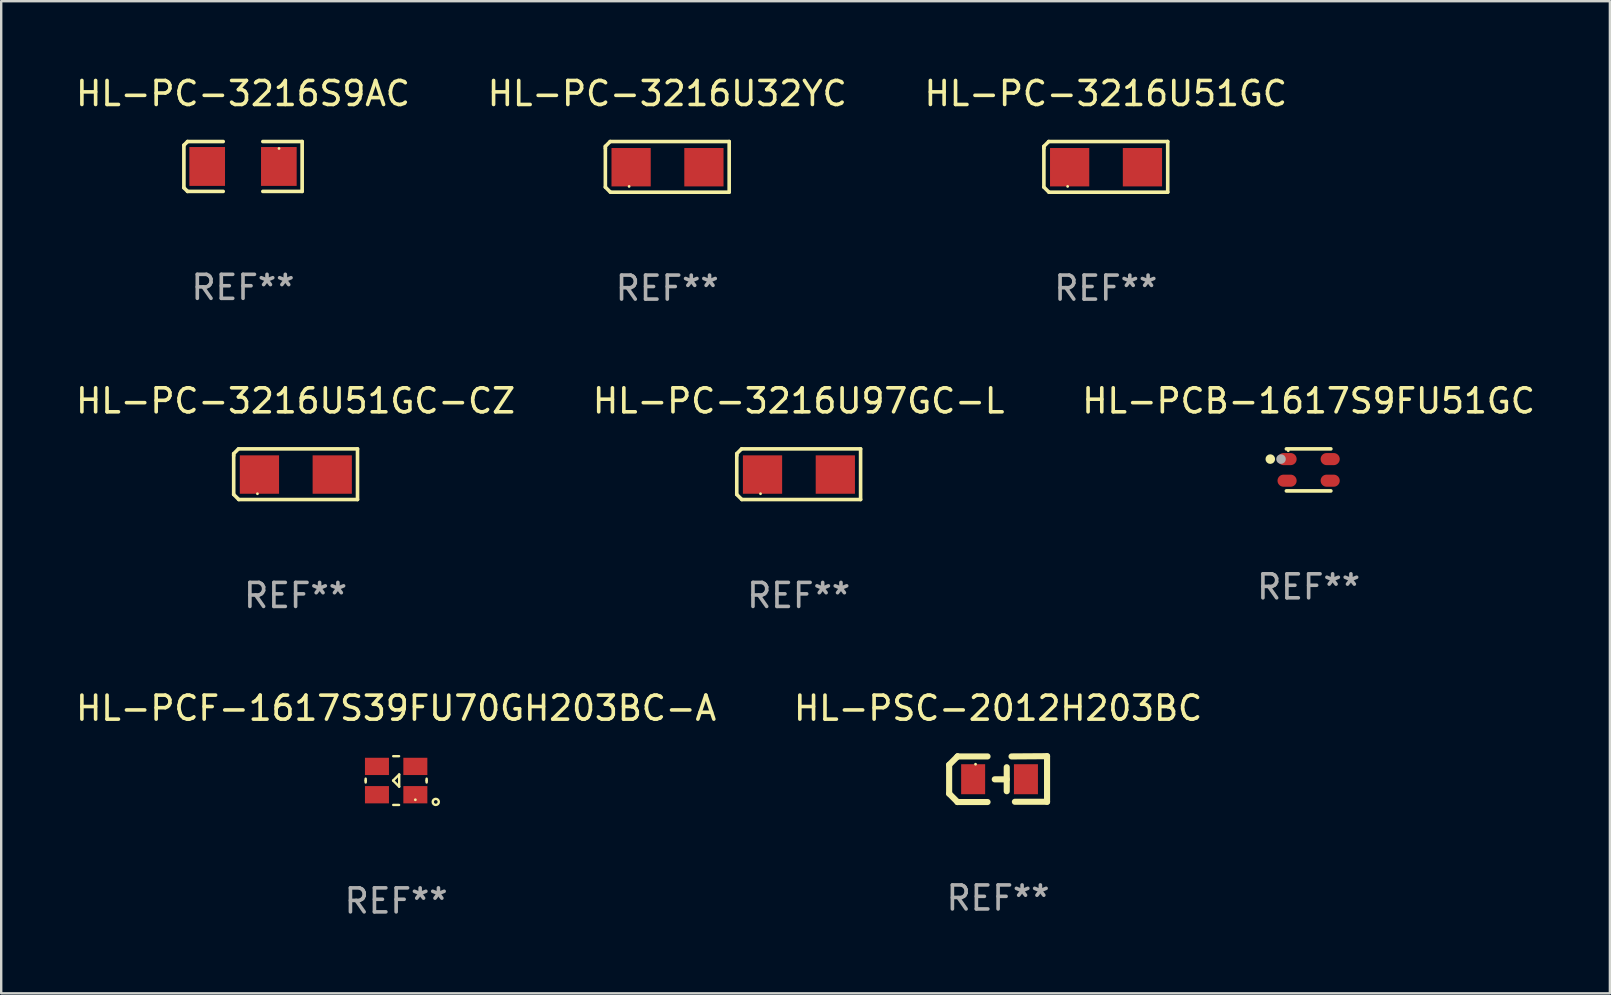
<source format=kicad_pcb>
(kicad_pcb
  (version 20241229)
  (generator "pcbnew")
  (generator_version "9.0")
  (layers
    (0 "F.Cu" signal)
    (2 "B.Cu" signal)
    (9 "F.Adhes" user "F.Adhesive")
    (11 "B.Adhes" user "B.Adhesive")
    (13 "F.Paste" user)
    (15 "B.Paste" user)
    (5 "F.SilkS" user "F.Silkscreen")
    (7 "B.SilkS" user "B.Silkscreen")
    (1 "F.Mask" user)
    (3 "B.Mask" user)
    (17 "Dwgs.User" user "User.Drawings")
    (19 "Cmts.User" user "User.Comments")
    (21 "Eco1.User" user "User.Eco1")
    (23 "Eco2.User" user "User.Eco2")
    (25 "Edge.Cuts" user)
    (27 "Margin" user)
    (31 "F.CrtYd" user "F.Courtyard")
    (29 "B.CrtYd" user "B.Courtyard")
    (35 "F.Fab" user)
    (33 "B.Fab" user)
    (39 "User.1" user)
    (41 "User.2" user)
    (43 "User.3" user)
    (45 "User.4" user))
  (footprint "HL-PC-3216U51GC-CZ"
    (layer "F.Cu")
    (at 9.268 16.71)
    (property "Reference" "HL-PC-3216U51GC-CZ" (at 0 -3.055 0) (layer "F.SilkS") (effects (font (size 1 1) (thickness 0.15))))
    (attr through_hole)
    (fp_line (start -2.58 -0.855) (end -2.38 -1.055) (stroke (width 0.15) (type solid)) (layer "F.SilkS"))
    (fp_line (start -2.58 -0.775) (end -2.58 -0.855) (stroke (width 0.15) (type solid)) (layer "F.SilkS"))
    (fp_line (start -2.58 -0.775) (end -2.58 0.845) (stroke (width 0.15) (type solid)) (layer "F.SilkS"))
    (fp_line (start -2.58 0.845) (end -2.37 1.055) (stroke (width 0.15) (type solid)) (layer "F.SilkS"))
    (fp_line (start -2.38 -1.055) (end 2.58 -1.055) (stroke (width 0.15) (type solid)) (layer "F.SilkS"))
    (fp_line (start 2.58 -1.055) (end 2.58 1.055) (stroke (width 0.15) (type solid)) (layer "F.SilkS"))
    (fp_line (start 2.58 1.055) (end -2.37 1.055) (stroke (width 0.15) (type solid)) (layer "F.SilkS"))
    (fp_circle (center -1.59 0.815) (end -1.56 0.815) (stroke (width 0.06) (type solid)) (fill no) (layer "F.SilkS"))
    (fp_text user "REF**" (at 0 5.055 0) (layer "F.Fab") (effects (font (size 1 1) (thickness 0.15))))
    (pad "1" smd rect (at -1.507 0.015) (size 1.635 1.6) (layers "F.Cu" "F.Mask" "F.Paste"))
    (pad "2" smd rect (at 1.527 0.015) (size 1.635 1.6) (layers "F.Cu" "F.Mask" "F.Paste")))
  (footprint "HL-PCB-1617S9FU51GC"
    (layer "F.Cu")
    (at 51.482 16.531)
    (property "Reference" "HL-PCB-1617S9FU51GC" (at 0 -2.876 0) (layer "F.SilkS") (effects (font (size 1 1) (thickness 0.15))))
    (attr through_hole)
    (fp_line (start -0.926 -0.876) (end 0.926 -0.876) (stroke (width 0.152) (type solid)) (layer "F.SilkS"))
    (fp_line (start -0.926 0.876) (end 0.926 0.876) (stroke (width 0.152) (type solid)) (layer "F.SilkS"))
    (fp_circle (center -1.597 -0.45) (end -1.497 -0.45) (stroke (width 0.2) (type solid)) (fill no) (layer "F.SilkS"))
    (fp_circle (center -0.85 -0.8) (end -0.82 -0.8) (stroke (width 0.06) (type solid)) (fill no) (layer "F.SilkS"))
    (fp_circle (center -1.15 -0.45) (end -1.05 -0.45) (stroke (width 0.2) (type solid)) (fill no) (layer "F.Fab"))
    (fp_text user "REF**" (at 0 4.876 0) (layer "F.Fab") (effects (font (size 1 1) (thickness 0.15))))
    (pad "1" smd oval (at -0.898 -0.45 270) (size 0.504 0.797) (layers "F.Cu" "F.Mask" "F.Paste"))
    (pad "2" smd oval (at 0.898 -0.45 270) (size 0.504 0.797) (layers "F.Cu" "F.Mask" "F.Paste"))
    (pad "3" smd oval (at 0.898 0.45 270) (size 0.504 0.797) (layers "F.Cu" "F.Mask" "F.Paste"))
    (pad "4" smd oval (at -0.898 0.45 270) (size 0.504 0.797) (layers "F.Cu" "F.Mask" "F.Paste")))
  (footprint "HL-PC-3216U97GC-L"
    (layer "F.Cu")
    (at 30.232 16.71)
    (property "Reference" "HL-PC-3216U97GC-L" (at 0 -3.055 0) (layer "F.SilkS") (effects (font (size 1 1) (thickness 0.15))))
    (attr through_hole)
    (fp_line (start -2.58 -0.855) (end -2.38 -1.055) (stroke (width 0.15) (type solid)) (layer "F.SilkS"))
    (fp_line (start -2.58 -0.775) (end -2.58 -0.855) (stroke (width 0.15) (type solid)) (layer "F.SilkS"))
    (fp_line (start -2.58 -0.775) (end -2.58 0.845) (stroke (width 0.15) (type solid)) (layer "F.SilkS"))
    (fp_line (start -2.58 0.845) (end -2.37 1.055) (stroke (width 0.15) (type solid)) (layer "F.SilkS"))
    (fp_line (start -2.38 -1.055) (end 2.58 -1.055) (stroke (width 0.15) (type solid)) (layer "F.SilkS"))
    (fp_line (start 2.58 -1.055) (end 2.58 1.055) (stroke (width 0.15) (type solid)) (layer "F.SilkS"))
    (fp_line (start 2.58 1.055) (end -2.37 1.055) (stroke (width 0.15) (type solid)) (layer "F.SilkS"))
    (fp_circle (center -1.59 0.815) (end -1.56 0.815) (stroke (width 0.06) (type solid)) (fill no) (layer "F.SilkS"))
    (fp_text user "REF**" (at 0 5.055 0) (layer "F.Fab") (effects (font (size 1 1) (thickness 0.15))))
    (pad "1" smd rect (at -1.507 0.015) (size 1.635 1.6) (layers "F.Cu" "F.Mask" "F.Paste"))
    (pad "2" smd rect (at 1.527 0.015) (size 1.635 1.6) (layers "F.Cu" "F.Mask" "F.Paste")))
  (footprint "HL-PC-3216U51GC"
    (layer "F.Cu")
    (at 43.03 3.903)
    (property "Reference" "HL-PC-3216U51GC" (at 0 -3.055 0) (layer "F.SilkS") (effects (font (size 1 1) (thickness 0.15))))
    (attr through_hole)
    (fp_line (start -2.58 -0.855) (end -2.38 -1.055) (stroke (width 0.15) (type solid)) (layer "F.SilkS"))
    (fp_line (start -2.58 -0.775) (end -2.58 -0.855) (stroke (width 0.15) (type solid)) (layer "F.SilkS"))
    (fp_line (start -2.58 -0.775) (end -2.58 0.845) (stroke (width 0.15) (type solid)) (layer "F.SilkS"))
    (fp_line (start -2.58 0.845) (end -2.37 1.055) (stroke (width 0.15) (type solid)) (layer "F.SilkS"))
    (fp_line (start -2.38 -1.055) (end 2.58 -1.055) (stroke (width 0.15) (type solid)) (layer "F.SilkS"))
    (fp_line (start 2.58 -1.055) (end 2.58 1.055) (stroke (width 0.15) (type solid)) (layer "F.SilkS"))
    (fp_line (start 2.58 1.055) (end -2.37 1.055) (stroke (width 0.15) (type solid)) (layer "F.SilkS"))
    (fp_circle (center -1.59 0.815) (end -1.56 0.815) (stroke (width 0.06) (type solid)) (fill no) (layer "F.SilkS"))
    (fp_text user "REF**" (at 0 5.055 0) (layer "F.Fab") (effects (font (size 1 1) (thickness 0.15))))
    (pad "1" smd rect (at -1.507 0.015) (size 1.635 1.6) (layers "F.Cu" "F.Mask" "F.Paste"))
    (pad "2" smd rect (at 1.527 0.015) (size 1.635 1.6) (layers "F.Cu" "F.Mask" "F.Paste")))
  (footprint "HL-PSC-2012H203BC"
    (layer "F.Cu")
    (at 38.542 29.416)
    (property "Reference" "HL-PSC-2012H203BC" (at 0 -2.955 0) (layer "F.SilkS") (effects (font (size 1 1) (thickness 0.15))))
    (attr through_hole)
    (fp_line (start -2.04 -0.595) (end -2.04 0.605) (stroke (width 0.254) (type solid)) (layer "F.SilkS"))
    (fp_line (start -1.69 -0.945) (end -1.69 -0.945) (stroke (width 0.254) (type solid)) (layer "F.SilkS"))
    (fp_line (start -1.69 -0.945) (end -2.04 -0.595) (stroke (width 0.254) (type solid)) (layer "F.SilkS"))
    (fp_line (start -1.69 0.955) (end -2.04 0.605) (stroke (width 0.254) (type solid)) (layer "F.SilkS"))
    (fp_line (start -1.69 0.955) (end -1.69 0.955) (stroke (width 0.254) (type solid)) (layer "F.SilkS"))
    (fp_line (start -0.44 -0.945) (end -1.69 -0.945) (stroke (width 0.254) (type solid)) (layer "F.SilkS"))
    (fp_line (start -0.44 0.955) (end -1.69 0.955) (stroke (width 0.254) (type solid)) (layer "F.SilkS"))
    (fp_line (start 0.36 -0.495) (end 0.36 0.505) (stroke (width 0.254) (type solid)) (layer "F.SilkS"))
    (fp_line (start 0.36 0.01) (end -0.14 0.01) (stroke (width 0.254) (type solid)) (layer "F.SilkS"))
    (fp_line (start 0.56 -0.945) (end 2.04 -0.955) (stroke (width 0.254) (type solid)) (layer "F.SilkS"))
    (fp_line (start 0.7 0.945) (end 2.04 0.945) (stroke (width 0.254) (type solid)) (layer "F.SilkS"))
    (fp_line (start 2.04 -0.955) (end 2.04 0.945) (stroke (width 0.254) (type solid)) (layer "F.SilkS"))
    (fp_circle (center -0.94 -0.62) (end -0.91 -0.62) (stroke (width 0.06) (type solid)) (fill no) (layer "F.SilkS"))
    (fp_text user "REF**" (at 0 4.955 0) (layer "F.Fab") (effects (font (size 1 1) (thickness 0.15))))
    (pad "1" smd rect (at -1.04 0.005 180) (size 1 1.25) (layers "F.Cu" "F.Mask" "F.Paste"))
    (pad "2" smd rect (at 1.16 0.005 180) (size 1 1.25) (layers "F.Cu" "F.Mask" "F.Paste")))
  (footprint "HL-PC-3216U32YC"
    (layer "F.Cu")
    (at 24.756 3.903)
    (property "Reference" "HL-PC-3216U32YC" (at 0 -3.055 0) (layer "F.SilkS") (effects (font (size 1 1) (thickness 0.15))))
    (attr through_hole)
    (fp_line (start -2.58 -0.855) (end -2.38 -1.055) (stroke (width 0.15) (type solid)) (layer "F.SilkS"))
    (fp_line (start -2.58 -0.775) (end -2.58 -0.855) (stroke (width 0.15) (type solid)) (layer "F.SilkS"))
    (fp_line (start -2.58 -0.775) (end -2.58 0.845) (stroke (width 0.15) (type solid)) (layer "F.SilkS"))
    (fp_line (start -2.58 0.845) (end -2.37 1.055) (stroke (width 0.15) (type solid)) (layer "F.SilkS"))
    (fp_line (start -2.38 -1.055) (end 2.58 -1.055) (stroke (width 0.15) (type solid)) (layer "F.SilkS"))
    (fp_line (start 2.58 -1.055) (end 2.58 1.055) (stroke (width 0.15) (type solid)) (layer "F.SilkS"))
    (fp_line (start 2.58 1.055) (end -2.37 1.055) (stroke (width 0.15) (type solid)) (layer "F.SilkS"))
    (fp_circle (center -1.59 0.815) (end -1.56 0.815) (stroke (width 0.06) (type solid)) (fill no) (layer "F.SilkS"))
    (fp_text user "REF**" (at 0 5.055 0) (layer "F.Fab") (effects (font (size 1 1) (thickness 0.15))))
    (pad "1" smd rect (at -1.507 0.015) (size 1.635 1.6) (layers "F.Cu" "F.Mask" "F.Paste"))
    (pad "2" smd rect (at 1.527 0.015) (size 1.635 1.6) (layers "F.Cu" "F.Mask" "F.Paste")))
  (footprint "HL-PC-3216S9AC"
    (layer "F.Cu")
    (at 7.077 3.887)
    (property "Reference" "HL-PC-3216S9AC" (at 0 -3.039 0) (layer "F.SilkS") (effects (font (size 1 1) (thickness 0.15))))
    (attr through_hole)
    (fp_line (start -2.464 -0.886) (end -2.311 -1.039) (stroke (width 0.152) (type solid)) (layer "F.SilkS"))
    (fp_line (start -2.464 0.886) (end -2.464 -0.886) (stroke (width 0.152) (type solid)) (layer "F.SilkS"))
    (fp_line (start -2.311 -1.039) (end -0.826 -1.039) (stroke (width 0.152) (type solid)) (layer "F.SilkS"))
    (fp_line (start -2.311 1.039) (end -2.464 0.886) (stroke (width 0.152) (type solid)) (layer "F.SilkS"))
    (fp_line (start -0.826 1.039) (end -2.311 1.039) (stroke (width 0.152) (type solid)) (layer "F.SilkS"))
    (fp_line (start 0.826 1.039) (end 2.464 1.039) (stroke (width 0.152) (type solid)) (layer "F.SilkS"))
    (fp_line (start 2.464 -1.039) (end 0.826 -1.039) (stroke (width 0.152) (type solid)) (layer "F.SilkS"))
    (fp_line (start 2.464 1.039) (end 2.464 -1.039) (stroke (width 0.152) (type solid)) (layer "F.SilkS"))
    (fp_circle (center 1.5 -0.75) (end 1.53 -0.75) (stroke (width 0.06) (type solid)) (fill no) (layer "F.SilkS"))
    (fp_text user "REF**" (at 0 5.039 0) (layer "F.Fab") (effects (font (size 1 1) (thickness 0.15))))
    (pad "1" smd rect (at 1.493 0) (size 1.485 1.62) (layers "F.Cu" "F.Mask" "F.Paste"))
    (pad "2" smd rect (at -1.493 0) (size 1.485 1.62) (layers "F.Cu" "F.Mask" "F.Paste")))
  (footprint "HL-PCF-1617S39FU70GH203BC-A"
    (layer "F.Cu")
    (at 13.458 29.477)
    (property "Reference" "HL-PCF-1617S39FU70GH203BC-A" (at 0 -3.016 0) (layer "F.SilkS") (effects (font (size 1 1) (thickness 0.15))))
    (attr through_hole)
    (fp_line (start -1.27 -0.08) (end -1.27 0.08) (stroke (width 0.1) (type solid)) (layer "F.SilkS"))
    (fp_line (start -1.27 -0.01) (end -1.27 0.01) (stroke (width 0.1) (type solid)) (layer "F.SilkS"))
    (fp_line (start -0.127 -0.000076) (end 0.127 0.254) (stroke (width 0.1) (type solid)) (layer "F.SilkS"))
    (fp_line (start -0.122 -1.016) (end 0.122 -1.016) (stroke (width 0.1) (type solid)) (layer "F.SilkS"))
    (fp_line (start 0.122 1.016) (end -0.122 1.016) (stroke (width 0.1) (type solid)) (layer "F.SilkS"))
    (fp_line (start 0.127 -0.254) (end -0.127 -0.000076) (stroke (width 0.1) (type solid)) (layer "F.SilkS"))
    (fp_line (start 0.127 0.254) (end 0.127 -0.254) (stroke (width 0.1) (type solid)) (layer "F.SilkS"))
    (fp_line (start 1.27 -0.08) (end 1.27 0.08) (stroke (width 0.1) (type solid)) (layer "F.SilkS"))
    (fp_line (start 1.27 -0.01) (end 1.27 0.01) (stroke (width 0.1) (type solid)) (layer "F.SilkS"))
    (fp_circle (center 0.8 0.8) (end 0.83 0.8) (stroke (width 0.06) (type solid)) (fill no) (layer "F.SilkS"))
    (fp_circle (center 1.651 0.889) (end 1.778 0.889) (stroke (width 0.1) (type solid)) (fill no) (layer "F.SilkS"))
    (fp_text user "REF**" (at 0 5.016 0) (layer "F.Fab") (effects (font (size 1 1) (thickness 0.15))))
    (pad "1" smd rect (at 0.8 0.59 180) (size 1 0.72) (layers "F.Cu" "F.Mask" "F.Paste"))
    (pad "2" smd rect (at -0.8 0.59 180) (size 1 0.72) (layers "F.Cu" "F.Mask" "F.Paste"))
    (pad "3" smd rect (at -0.8 -0.59 180) (size 1 0.72) (layers "F.Cu" "F.Mask" "F.Paste"))
    (pad "4" smd rect (at 0.8 -0.59 180) (size 1 0.72) (layers "F.Cu" "F.Mask" "F.Paste")))
  (gr_rect
    (start -3 -3)
    (end 64.036 38.342)
    (stroke (width 0.1) (type default))
    (fill no)
    (layer "Edge.Cuts")))
</source>
